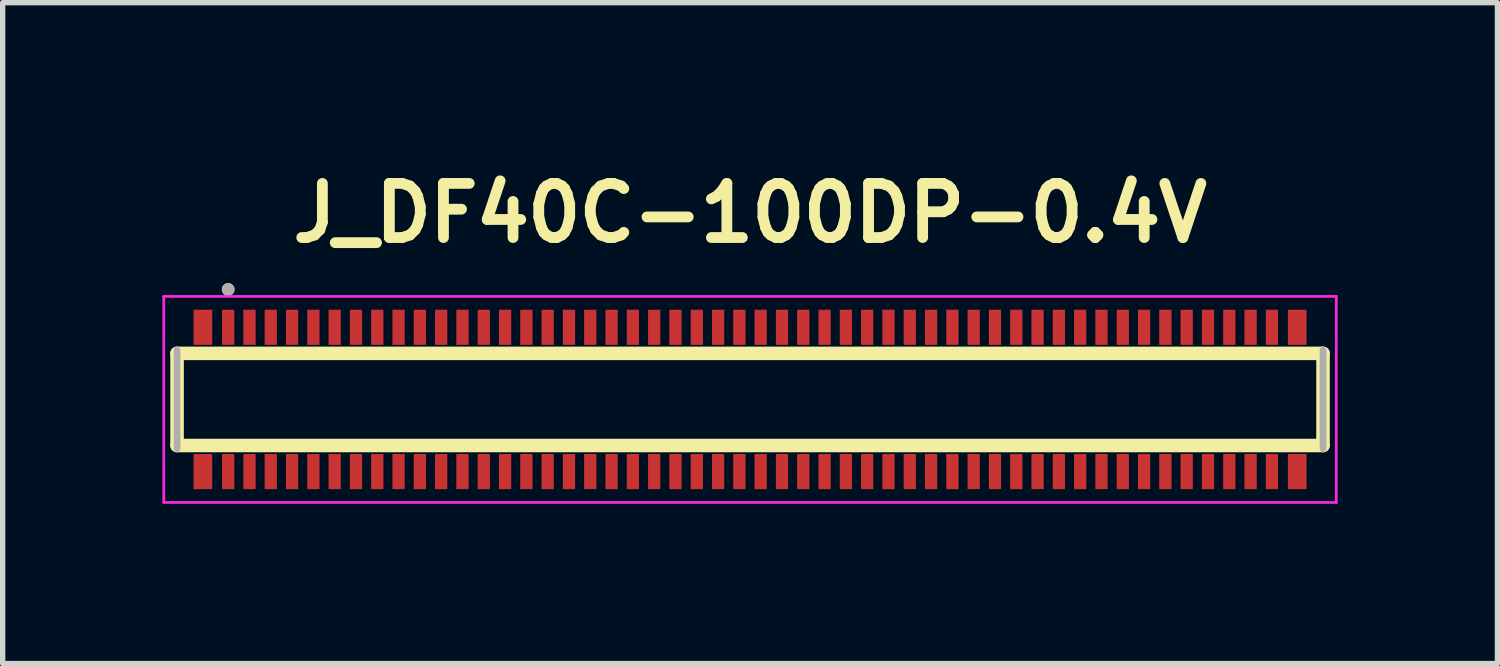
<source format=kicad_pcb>
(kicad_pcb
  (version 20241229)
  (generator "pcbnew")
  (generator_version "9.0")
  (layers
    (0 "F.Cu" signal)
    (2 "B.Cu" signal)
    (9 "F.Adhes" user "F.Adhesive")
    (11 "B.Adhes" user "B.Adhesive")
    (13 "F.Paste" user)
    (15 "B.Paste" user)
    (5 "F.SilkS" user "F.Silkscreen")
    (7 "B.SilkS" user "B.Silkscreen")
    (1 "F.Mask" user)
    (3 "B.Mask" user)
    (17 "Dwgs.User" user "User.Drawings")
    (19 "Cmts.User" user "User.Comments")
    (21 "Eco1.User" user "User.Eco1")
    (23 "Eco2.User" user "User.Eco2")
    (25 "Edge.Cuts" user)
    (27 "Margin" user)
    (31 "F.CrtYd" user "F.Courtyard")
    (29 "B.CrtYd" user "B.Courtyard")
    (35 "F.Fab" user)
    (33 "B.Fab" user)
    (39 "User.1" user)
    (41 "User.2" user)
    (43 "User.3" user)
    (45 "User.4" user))
  (footprint "J_DF40C-100DP-0.4V"
    (layer "F.Cu")
    (at 11.035 4.451)
    (property "Reference" "J_DF40C-100DP-0.4V" (at 0 -3.5 0) (layer "F.SilkS") (effects (font (size 1.016 1.016) (thickness 0.203) (bold yes))))
    (attr smd)
    (fp_line (start -10.76 -0.865) (end 10.76 -0.865) (stroke (width 0.254) (type solid)) (layer "F.SilkS"))
    (fp_line (start -10.76 0.865) (end -10.76 -0.865) (stroke (width 0.254) (type solid)) (layer "F.SilkS"))
    (fp_line (start 10.76 -0.865) (end 10.76 0.865) (stroke (width 0.254) (type solid)) (layer "F.SilkS"))
    (fp_line (start 10.76 0.865) (end -10.76 0.865) (stroke (width 0.254) (type solid)) (layer "F.SilkS"))
    (fp_circle (center -9.8 -2.065) (end -9.74 -2.065) (stroke (width 0.12) (type solid)) (fill no) (layer "F.SilkS"))
    (fp_line (start -11.01 -1.935) (end 11.01 -1.935) (stroke (width 0.05) (type solid)) (layer "F.CrtYd"))
    (fp_line (start -11.01 1.935) (end -11.01 -1.935) (stroke (width 0.05) (type solid)) (layer "F.CrtYd"))
    (fp_line (start 11.01 -1.935) (end 11.01 1.935) (stroke (width 0.05) (type solid)) (layer "F.CrtYd"))
    (fp_line (start 11.01 1.935) (end -11.01 1.935) (stroke (width 0.05) (type solid)) (layer "F.CrtYd"))
    (fp_line (start -10.76 0.925) (end -10.76 -0.925) (stroke (width 0.127) (type solid)) (layer "F.Fab"))
    (fp_line (start 10.76 -0.925) (end 10.76 0.925) (stroke (width 0.127) (type solid)) (layer "F.Fab"))
    (fp_circle (center -9.8 -2.065) (end -9.74 -2.065) (stroke (width 0.12) (type solid)) (fill no) (layer "F.Fab"))
    (pad "1" smd rect (at -9.8 -1.355) (size 0.23 0.66) (layers "F.Cu" "F.Mask" "F.Paste"))
    (pad "2" smd rect (at -9.8 1.355) (size 0.23 0.66) (layers "F.Cu" "F.Mask" "F.Paste"))
    (pad "3" smd rect (at -9.4 -1.355) (size 0.23 0.66) (layers "F.Cu" "F.Mask" "F.Paste"))
    (pad "4" smd rect (at -9.4 1.355) (size 0.23 0.66) (layers "F.Cu" "F.Mask" "F.Paste"))
    (pad "5" smd rect (at -9 -1.355) (size 0.23 0.66) (layers "F.Cu" "F.Mask" "F.Paste"))
    (pad "6" smd rect (at -9 1.355) (size 0.23 0.66) (layers "F.Cu" "F.Mask" "F.Paste"))
    (pad "7" smd rect (at -8.6 -1.355) (size 0.23 0.66) (layers "F.Cu" "F.Mask" "F.Paste"))
    (pad "8" smd rect (at -8.6 1.355) (size 0.23 0.66) (layers "F.Cu" "F.Mask" "F.Paste"))
    (pad "9" smd rect (at -8.2 -1.355) (size 0.23 0.66) (layers "F.Cu" "F.Mask" "F.Paste"))
    (pad "10" smd rect (at -8.2 1.355) (size 0.23 0.66) (layers "F.Cu" "F.Mask" "F.Paste"))
    (pad "11" smd rect (at -7.8 -1.355) (size 0.23 0.66) (layers "F.Cu" "F.Mask" "F.Paste"))
    (pad "12" smd rect (at -7.8 1.355) (size 0.23 0.66) (layers "F.Cu" "F.Mask" "F.Paste"))
    (pad "13" smd rect (at -7.4 -1.355) (size 0.23 0.66) (layers "F.Cu" "F.Mask" "F.Paste"))
    (pad "14" smd rect (at -7.4 1.355) (size 0.23 0.66) (layers "F.Cu" "F.Mask" "F.Paste"))
    (pad "15" smd rect (at -7 -1.355) (size 0.23 0.66) (layers "F.Cu" "F.Mask" "F.Paste"))
    (pad "16" smd rect (at -7 1.355) (size 0.23 0.66) (layers "F.Cu" "F.Mask" "F.Paste"))
    (pad "17" smd rect (at -6.6 -1.355) (size 0.23 0.66) (layers "F.Cu" "F.Mask" "F.Paste"))
    (pad "18" smd rect (at -6.6 1.355) (size 0.23 0.66) (layers "F.Cu" "F.Mask" "F.Paste"))
    (pad "19" smd rect (at -6.2 -1.355) (size 0.23 0.66) (layers "F.Cu" "F.Mask" "F.Paste"))
    (pad "20" smd rect (at -6.2 1.355) (size 0.23 0.66) (layers "F.Cu" "F.Mask" "F.Paste"))
    (pad "21" smd rect (at -5.8 -1.355) (size 0.23 0.66) (layers "F.Cu" "F.Mask" "F.Paste"))
    (pad "22" smd rect (at -5.8 1.355) (size 0.23 0.66) (layers "F.Cu" "F.Mask" "F.Paste"))
    (pad "23" smd rect (at -5.4 -1.355) (size 0.23 0.66) (layers "F.Cu" "F.Mask" "F.Paste"))
    (pad "24" smd rect (at -5.4 1.355) (size 0.23 0.66) (layers "F.Cu" "F.Mask" "F.Paste"))
    (pad "25" smd rect (at -5 -1.355) (size 0.23 0.66) (layers "F.Cu" "F.Mask" "F.Paste"))
    (pad "26" smd rect (at -5 1.355) (size 0.23 0.66) (layers "F.Cu" "F.Mask" "F.Paste"))
    (pad "27" smd rect (at -4.6 -1.355) (size 0.23 0.66) (layers "F.Cu" "F.Mask" "F.Paste"))
    (pad "28" smd rect (at -4.6 1.355) (size 0.23 0.66) (layers "F.Cu" "F.Mask" "F.Paste"))
    (pad "29" smd rect (at -4.2 -1.355) (size 0.23 0.66) (layers "F.Cu" "F.Mask" "F.Paste"))
    (pad "30" smd rect (at -4.2 1.355) (size 0.23 0.66) (layers "F.Cu" "F.Mask" "F.Paste"))
    (pad "31" smd rect (at -3.8 -1.355) (size 0.23 0.66) (layers "F.Cu" "F.Mask" "F.Paste"))
    (pad "32" smd rect (at -3.8 1.355) (size 0.23 0.66) (layers "F.Cu" "F.Mask" "F.Paste"))
    (pad "33" smd rect (at -3.4 -1.355) (size 0.23 0.66) (layers "F.Cu" "F.Mask" "F.Paste"))
    (pad "34" smd rect (at -3.4 1.355) (size 0.23 0.66) (layers "F.Cu" "F.Mask" "F.Paste"))
    (pad "35" smd rect (at -3 -1.355) (size 0.23 0.66) (layers "F.Cu" "F.Mask" "F.Paste"))
    (pad "36" smd rect (at -3 1.355) (size 0.23 0.66) (layers "F.Cu" "F.Mask" "F.Paste"))
    (pad "37" smd rect (at -2.6 -1.355) (size 0.23 0.66) (layers "F.Cu" "F.Mask" "F.Paste"))
    (pad "38" smd rect (at -2.6 1.355) (size 0.23 0.66) (layers "F.Cu" "F.Mask" "F.Paste"))
    (pad "39" smd rect (at -2.2 -1.355) (size 0.23 0.66) (layers "F.Cu" "F.Mask" "F.Paste"))
    (pad "40" smd rect (at -2.2 1.355) (size 0.23 0.66) (layers "F.Cu" "F.Mask" "F.Paste"))
    (pad "41" smd rect (at -1.8 -1.355) (size 0.23 0.66) (layers "F.Cu" "F.Mask" "F.Paste"))
    (pad "42" smd rect (at -1.8 1.355) (size 0.23 0.66) (layers "F.Cu" "F.Mask" "F.Paste"))
    (pad "43" smd rect (at -1.4 -1.355) (size 0.23 0.66) (layers "F.Cu" "F.Mask" "F.Paste"))
    (pad "44" smd rect (at -1.4 1.355) (size 0.23 0.66) (layers "F.Cu" "F.Mask" "F.Paste"))
    (pad "45" smd rect (at -1 -1.355) (size 0.23 0.66) (layers "F.Cu" "F.Mask" "F.Paste"))
    (pad "46" smd rect (at -1 1.355) (size 0.23 0.66) (layers "F.Cu" "F.Mask" "F.Paste"))
    (pad "47" smd rect (at -0.6 -1.355) (size 0.23 0.66) (layers "F.Cu" "F.Mask" "F.Paste"))
    (pad "48" smd rect (at -0.6 1.355) (size 0.23 0.66) (layers "F.Cu" "F.Mask" "F.Paste"))
    (pad "49" smd rect (at -0.2 -1.355) (size 0.23 0.66) (layers "F.Cu" "F.Mask" "F.Paste"))
    (pad "50" smd rect (at -0.2 1.355) (size 0.23 0.66) (layers "F.Cu" "F.Mask" "F.Paste"))
    (pad "51" smd rect (at 0.2 -1.355) (size 0.23 0.66) (layers "F.Cu" "F.Mask" "F.Paste"))
    (pad "52" smd rect (at 0.2 1.355) (size 0.23 0.66) (layers "F.Cu" "F.Mask" "F.Paste"))
    (pad "53" smd rect (at 0.6 -1.355) (size 0.23 0.66) (layers "F.Cu" "F.Mask" "F.Paste"))
    (pad "54" smd rect (at 0.6 1.355) (size 0.23 0.66) (layers "F.Cu" "F.Mask" "F.Paste"))
    (pad "55" smd rect (at 1 -1.355) (size 0.23 0.66) (layers "F.Cu" "F.Mask" "F.Paste"))
    (pad "56" smd rect (at 1 1.355) (size 0.23 0.66) (layers "F.Cu" "F.Mask" "F.Paste"))
    (pad "57" smd rect (at 1.4 -1.355) (size 0.23 0.66) (layers "F.Cu" "F.Mask" "F.Paste"))
    (pad "58" smd rect (at 1.4 1.355) (size 0.23 0.66) (layers "F.Cu" "F.Mask" "F.Paste"))
    (pad "59" smd rect (at 1.8 -1.355) (size 0.23 0.66) (layers "F.Cu" "F.Mask" "F.Paste"))
    (pad "60" smd rect (at 1.8 1.355) (size 0.23 0.66) (layers "F.Cu" "F.Mask" "F.Paste"))
    (pad "61" smd rect (at 2.2 -1.355) (size 0.23 0.66) (layers "F.Cu" "F.Mask" "F.Paste"))
    (pad "62" smd rect (at 2.2 1.355) (size 0.23 0.66) (layers "F.Cu" "F.Mask" "F.Paste"))
    (pad "63" smd rect (at 2.6 -1.355) (size 0.23 0.66) (layers "F.Cu" "F.Mask" "F.Paste"))
    (pad "64" smd rect (at 2.6 1.355) (size 0.23 0.66) (layers "F.Cu" "F.Mask" "F.Paste"))
    (pad "65" smd rect (at 3 -1.355) (size 0.23 0.66) (layers "F.Cu" "F.Mask" "F.Paste"))
    (pad "66" smd rect (at 3 1.355) (size 0.23 0.66) (layers "F.Cu" "F.Mask" "F.Paste"))
    (pad "67" smd rect (at 3.4 -1.355) (size 0.23 0.66) (layers "F.Cu" "F.Mask" "F.Paste"))
    (pad "68" smd rect (at 3.4 1.355) (size 0.23 0.66) (layers "F.Cu" "F.Mask" "F.Paste"))
    (pad "69" smd rect (at 3.8 -1.355) (size 0.23 0.66) (layers "F.Cu" "F.Mask" "F.Paste"))
    (pad "70" smd rect (at 3.8 1.355) (size 0.23 0.66) (layers "F.Cu" "F.Mask" "F.Paste"))
    (pad "71" smd rect (at 4.2 -1.355) (size 0.23 0.66) (layers "F.Cu" "F.Mask" "F.Paste"))
    (pad "72" smd rect (at 4.2 1.355) (size 0.23 0.66) (layers "F.Cu" "F.Mask" "F.Paste"))
    (pad "73" smd rect (at 4.6 -1.355) (size 0.23 0.66) (layers "F.Cu" "F.Mask" "F.Paste"))
    (pad "74" smd rect (at 4.6 1.355) (size 0.23 0.66) (layers "F.Cu" "F.Mask" "F.Paste"))
    (pad "75" smd rect (at 5 -1.355) (size 0.23 0.66) (layers "F.Cu" "F.Mask" "F.Paste"))
    (pad "76" smd rect (at 5 1.355) (size 0.23 0.66) (layers "F.Cu" "F.Mask" "F.Paste"))
    (pad "77" smd rect (at 5.4 -1.355) (size 0.23 0.66) (layers "F.Cu" "F.Mask" "F.Paste"))
    (pad "78" smd rect (at 5.4 1.355) (size 0.23 0.66) (layers "F.Cu" "F.Mask" "F.Paste"))
    (pad "79" smd rect (at 5.8 -1.355) (size 0.23 0.66) (layers "F.Cu" "F.Mask" "F.Paste"))
    (pad "80" smd rect (at 5.8 1.355) (size 0.23 0.66) (layers "F.Cu" "F.Mask" "F.Paste"))
    (pad "81" smd rect (at 6.2 -1.355) (size 0.23 0.66) (layers "F.Cu" "F.Mask" "F.Paste"))
    (pad "82" smd rect (at 6.2 1.355) (size 0.23 0.66) (layers "F.Cu" "F.Mask" "F.Paste"))
    (pad "83" smd rect (at 6.6 -1.355) (size 0.23 0.66) (layers "F.Cu" "F.Mask" "F.Paste"))
    (pad "84" smd rect (at 6.6 1.355) (size 0.23 0.66) (layers "F.Cu" "F.Mask" "F.Paste"))
    (pad "85" smd rect (at 7 -1.355) (size 0.23 0.66) (layers "F.Cu" "F.Mask" "F.Paste"))
    (pad "86" smd rect (at 7 1.355) (size 0.23 0.66) (layers "F.Cu" "F.Mask" "F.Paste"))
    (pad "87" smd rect (at 7.4 -1.355) (size 0.23 0.66) (layers "F.Cu" "F.Mask" "F.Paste"))
    (pad "88" smd rect (at 7.4 1.355) (size 0.23 0.66) (layers "F.Cu" "F.Mask" "F.Paste"))
    (pad "89" smd rect (at 7.8 -1.355) (size 0.23 0.66) (layers "F.Cu" "F.Mask" "F.Paste"))
    (pad "90" smd rect (at 7.8 1.355) (size 0.23 0.66) (layers "F.Cu" "F.Mask" "F.Paste"))
    (pad "91" smd rect (at 8.2 -1.355) (size 0.23 0.66) (layers "F.Cu" "F.Mask" "F.Paste"))
    (pad "92" smd rect (at 8.2 1.355) (size 0.23 0.66) (layers "F.Cu" "F.Mask" "F.Paste"))
    (pad "93" smd rect (at 8.6 -1.355) (size 0.23 0.66) (layers "F.Cu" "F.Mask" "F.Paste"))
    (pad "94" smd rect (at 8.6 1.355) (size 0.23 0.66) (layers "F.Cu" "F.Mask" "F.Paste"))
    (pad "95" smd rect (at 9 -1.355) (size 0.23 0.66) (layers "F.Cu" "F.Mask" "F.Paste"))
    (pad "96" smd rect (at 9 1.355) (size 0.23 0.66) (layers "F.Cu" "F.Mask" "F.Paste"))
    (pad "97" smd rect (at 9.4 -1.355) (size 0.23 0.66) (layers "F.Cu" "F.Mask" "F.Paste"))
    (pad "98" smd rect (at 9.4 1.355) (size 0.23 0.66) (layers "F.Cu" "F.Mask" "F.Paste"))
    (pad "99" smd rect (at 9.8 -1.355) (size 0.23 0.66) (layers "F.Cu" "F.Mask" "F.Paste"))
    (pad "100" smd rect (at 9.8 1.355) (size 0.23 0.66) (layers "F.Cu" "F.Mask" "F.Paste"))
    (pad "S1" smd rect (at -10.275 -1.355) (size 0.35 0.66) (layers "F.Cu" "F.Mask" "F.Paste"))
    (pad "S2" smd rect (at -10.275 1.355) (size 0.35 0.66) (layers "F.Cu" "F.Mask" "F.Paste"))
    (pad "S3" smd rect (at 10.275 -1.355) (size 0.35 0.66) (layers "F.Cu" "F.Mask" "F.Paste"))
    (pad "S4" smd rect (at 10.275 1.355) (size 0.35 0.66) (layers "F.Cu" "F.Mask" "F.Paste")))
  (gr_rect
    (start -3 -3)
    (end 25.07 9.411)
    (stroke (width 0.1) (type default))
    (fill no)
    (layer "Edge.Cuts")))
</source>
